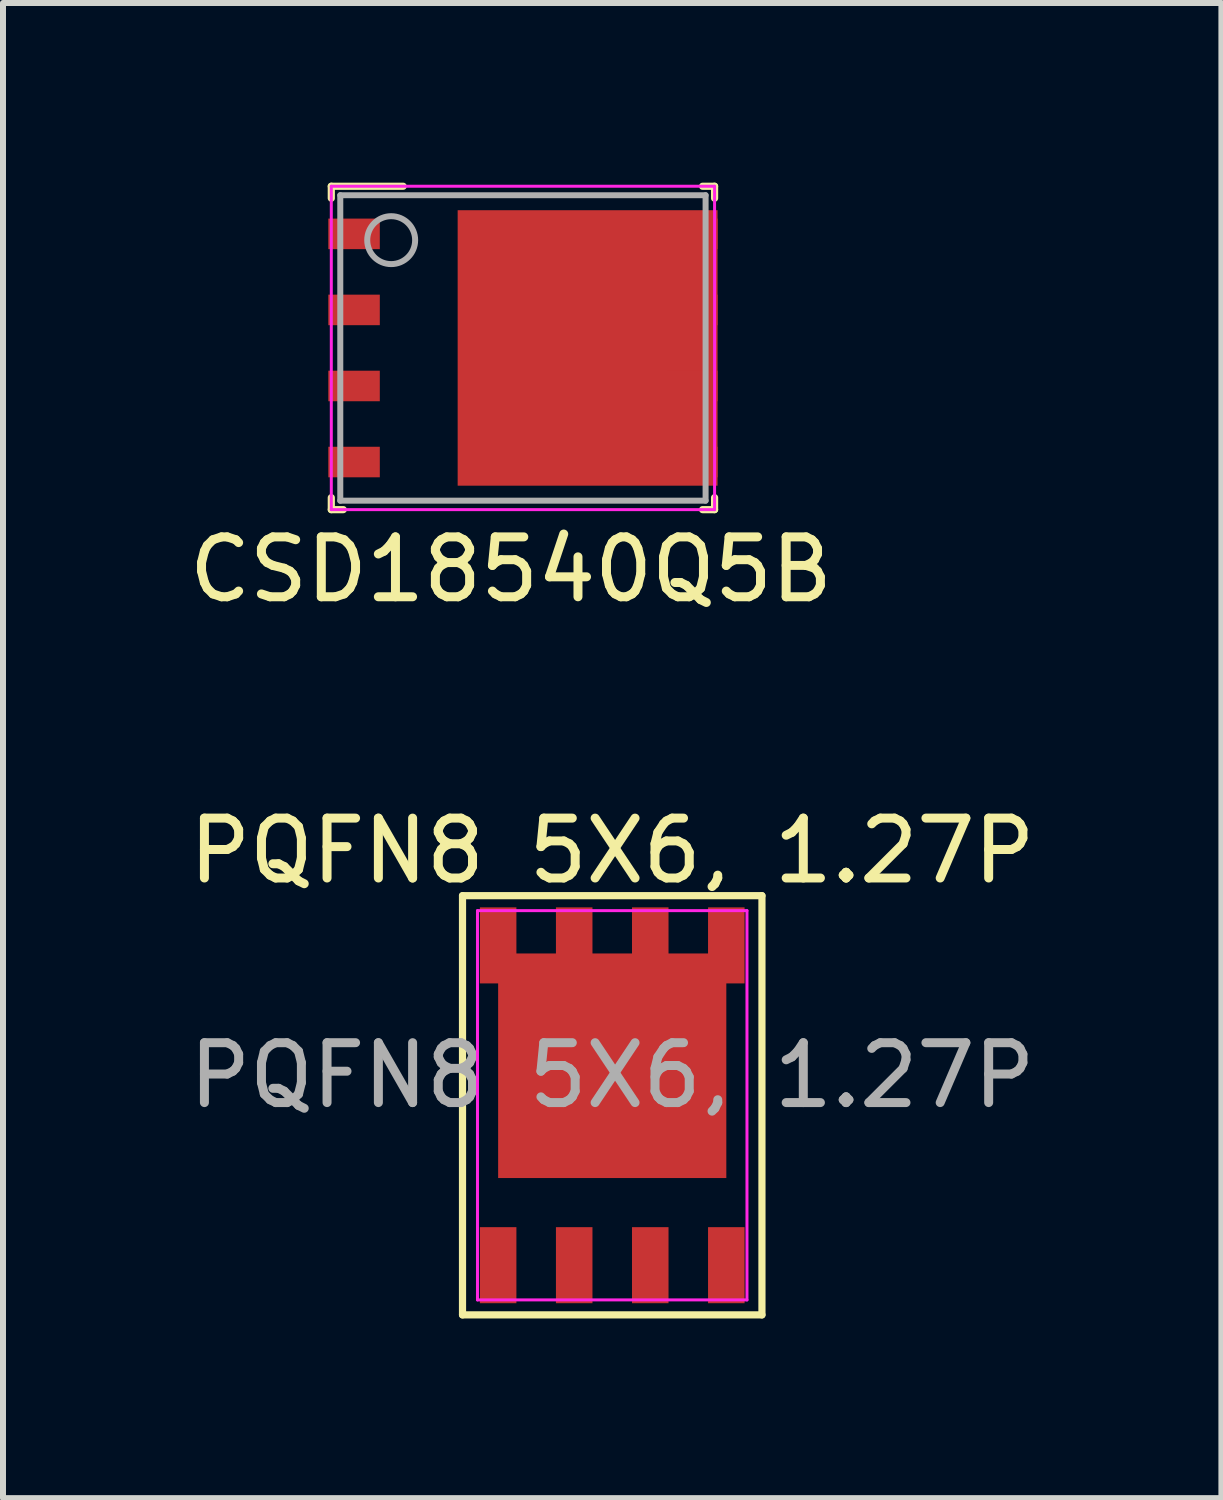
<source format=kicad_pcb>
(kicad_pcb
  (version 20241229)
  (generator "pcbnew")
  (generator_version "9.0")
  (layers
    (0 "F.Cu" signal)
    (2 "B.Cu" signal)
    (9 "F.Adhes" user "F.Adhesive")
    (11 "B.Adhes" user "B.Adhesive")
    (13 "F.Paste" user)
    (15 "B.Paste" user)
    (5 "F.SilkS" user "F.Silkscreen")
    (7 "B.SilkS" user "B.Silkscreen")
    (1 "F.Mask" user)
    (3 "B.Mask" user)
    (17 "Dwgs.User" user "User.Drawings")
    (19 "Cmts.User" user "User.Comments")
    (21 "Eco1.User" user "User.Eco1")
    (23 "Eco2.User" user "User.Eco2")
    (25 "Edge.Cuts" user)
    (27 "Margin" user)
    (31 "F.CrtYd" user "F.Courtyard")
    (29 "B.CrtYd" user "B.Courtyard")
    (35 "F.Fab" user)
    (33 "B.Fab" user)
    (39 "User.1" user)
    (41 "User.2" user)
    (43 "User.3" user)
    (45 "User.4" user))
  (footprint "PQFN8 5X6, 1.27P"
    (layer "F.Cu")
    (at 7.173 15.406)
    (property "Reference" "PQFN8 5X6, 1.27P" (at 0 -4.25 0) (unlocked yes) (layer "F.SilkS") (effects (font (size 1 1) (thickness 0.15))))
    (attr smd)
    (fp_line (start -2.5 -3.5) (end 2.5 -3.5) (stroke (width 0.12) (type solid)) (layer "F.SilkS"))
    (fp_line (start -2.5 3.5) (end -2.5 -3.5) (stroke (width 0.12) (type solid)) (layer "F.SilkS"))
    (fp_line (start 2.5 -3.5) (end 2.5 3.5) (stroke (width 0.12) (type solid)) (layer "F.SilkS"))
    (fp_line (start 2.5 3.5) (end -2.5 3.5) (stroke (width 0.12) (type solid)) (layer "F.SilkS"))
    (fp_line (start -2.25 -3.25) (end 2.25 -3.25) (stroke (width 0.05) (type solid)) (layer "F.CrtYd"))
    (fp_line (start -2.25 3.25) (end -2.25 -3.25) (stroke (width 0.05) (type solid)) (layer "F.CrtYd"))
    (fp_line (start 2.25 -3.25) (end 2.25 3.25) (stroke (width 0.05) (type solid)) (layer "F.CrtYd"))
    (fp_line (start 2.25 3.25) (end -2.25 3.25) (stroke (width 0.05) (type solid)) (layer "F.CrtYd"))
    (fp_text user "${REFERENCE}" (at 0 -0.5 0) (unlocked yes) (layer "F.Fab") (effects (font (size 1 1) (thickness 0.15))))
    (pad "1" smd rect (at -1.905 2.67 90) (size 1.27 0.61) (layers "F.Cu" "F.Mask" "F.Paste"))
    (pad "2" smd rect (at -0.635 2.67 90) (size 1.27 0.61) (layers "F.Cu" "F.Mask" "F.Paste"))
    (pad "3" smd rect (at 0.635 2.67 90) (size 1.27 0.61) (layers "F.Cu" "F.Mask" "F.Paste"))
    (pad "4" smd rect (at 1.905 2.67 90) (size 1.27 0.61) (layers "F.Cu" "F.Mask" "F.Paste"))
    (pad "5" smd rect (at 1.905 -2.67 90) (size 1.27 0.61) (layers "F.Cu" "F.Mask" "F.Paste"))
    (pad "6" smd rect (at 0.635 -2.67 90) (size 1.27 0.61) (layers "F.Cu" "F.Mask" "F.Paste"))
    (pad "7" smd rect (at -0.635 -2.67 90) (size 1.27 0.61) (layers "F.Cu" "F.Mask" "F.Paste"))
    (pad "8" smd rect (at -1.905 -2.67 90) (size 1.27 0.61) (layers "F.Cu" "F.Mask" "F.Paste"))
    (pad "9" smd rect (at 0 -0.66 90) (size 3.75 3.81) (layers "F.Cu" "F.Mask" "F.Paste")))
  (footprint "CSD18540Q5B"
    (layer "F.Cu")
    (at 5.682 2.76)
    (property "Reference" "CSD18540Q5B" (at -0.2 3.7 0) (layer "F.SilkS") (effects (font (size 1 1) (thickness 0.15))))
    (attr smd)
    (fp_line (start -3.2 -2.7) (end -2 -2.7) (stroke (width 0.12) (type solid)) (layer "F.SilkS"))
    (fp_line (start -3.2 -2.5) (end -3.2 -2.7) (stroke (width 0.12) (type solid)) (layer "F.SilkS"))
    (fp_line (start -3.2 2.7) (end -3.2 2.5) (stroke (width 0.12) (type solid)) (layer "F.SilkS"))
    (fp_line (start -3.2 2.7) (end -3 2.7) (stroke (width 0.12) (type solid)) (layer "F.SilkS"))
    (fp_line (start 3 -2.7) (end 3.2 -2.7) (stroke (width 0.12) (type solid)) (layer "F.SilkS"))
    (fp_line (start 3 2.7) (end 3.2 2.7) (stroke (width 0.12) (type solid)) (layer "F.SilkS"))
    (fp_line (start 3.2 -2.5) (end 3.2 -2.7) (stroke (width 0.12) (type solid)) (layer "F.SilkS"))
    (fp_line (start 3.2 2.7) (end 3.2 2.5) (stroke (width 0.12) (type solid)) (layer "F.SilkS"))
    (fp_poly (pts (xy -0.92 -0.886) (xy -0.92 -2.054) (xy -0.919 -2.064) (xy -0.916 -2.074) (xy -0.911 -2.082) (xy -0.905 -2.09) (xy -0.897 -2.096) (xy -0.889 -2.101) (xy -0.879 -2.104) (xy -0.869 -2.105) (xy 0.509 -2.105) (xy 0.519 -2.104) (xy 0.529 -2.101) (xy 0.537 -2.096) (xy 0.545 -2.09) (xy 0.551 -2.082) (xy 0.556 -2.074) (xy 0.559 -2.064) (xy 0.56 -2.054) (xy 0.56 -0.886) (xy 0.559 -0.876) (xy 0.556 -0.866) (xy 0.551 -0.858) (xy 0.545 -0.85) (xy 0.537 -0.844) (xy 0.529 -0.839) (xy 0.519 -0.836) (xy 0.509 -0.835) (xy -0.869 -0.835) (xy -0.879 -0.836) (xy -0.889 -0.839) (xy -0.897 -0.844) (xy -0.905 -0.85) (xy -0.911 -0.858) (xy -0.916 -0.866) (xy -0.919 -0.876)) (stroke (width 0.1) (type solid)) (fill yes) (layer "F.Paste"))
    (fp_poly (pts (xy -0.92 0.584) (xy -0.92 -0.584) (xy -0.919 -0.594) (xy -0.916 -0.604) (xy -0.911 -0.612) (xy -0.905 -0.62) (xy -0.897 -0.626) (xy -0.889 -0.631) (xy -0.879 -0.634) (xy -0.869 -0.635) (xy 0.509 -0.635) (xy 0.519 -0.634) (xy 0.529 -0.631) (xy 0.537 -0.626) (xy 0.545 -0.62) (xy 0.551 -0.612) (xy 0.556 -0.604) (xy 0.559 -0.594) (xy 0.56 -0.584) (xy 0.56 0.584) (xy 0.559 0.594) (xy 0.556 0.604) (xy 0.551 0.612) (xy 0.545 0.62) (xy 0.537 0.626) (xy 0.529 0.631) (xy 0.519 0.634) (xy 0.509 0.635) (xy -0.869 0.635) (xy -0.879 0.634) (xy -0.889 0.631) (xy -0.897 0.626) (xy -0.905 0.62) (xy -0.911 0.612) (xy -0.916 0.604) (xy -0.919 0.594)) (stroke (width 0.1) (type solid)) (fill yes) (layer "F.Paste"))
    (fp_poly (pts (xy -0.92 2.054) (xy -0.92 0.886) (xy -0.919 0.876) (xy -0.916 0.866) (xy -0.911 0.858) (xy -0.905 0.85) (xy -0.897 0.844) (xy -0.889 0.839) (xy -0.879 0.836) (xy -0.869 0.835) (xy 0.509 0.835) (xy 0.519 0.836) (xy 0.529 0.839) (xy 0.537 0.844) (xy 0.545 0.85) (xy 0.551 0.858) (xy 0.556 0.866) (xy 0.559 0.876) (xy 0.56 0.886) (xy 0.56 2.054) (xy 0.559 2.064) (xy 0.556 2.074) (xy 0.551 2.082) (xy 0.545 2.09) (xy 0.537 2.096) (xy 0.529 2.101) (xy 0.519 2.104) (xy 0.509 2.105) (xy -0.869 2.105) (xy -0.879 2.104) (xy -0.889 2.101) (xy -0.897 2.096) (xy -0.905 2.09) (xy -0.911 2.082) (xy -0.916 2.074) (xy -0.919 2.064)) (stroke (width 0.1) (type solid)) (fill yes) (layer "F.Paste"))
    (fp_poly (pts (xy 0.76 -0.886) (xy 0.76 -2.054) (xy 0.761 -2.064) (xy 0.764 -2.074) (xy 0.769 -2.082) (xy 0.775 -2.09) (xy 0.783 -2.096) (xy 0.791 -2.101) (xy 0.801 -2.104) (xy 0.811 -2.105) (xy 2.189 -2.105) (xy 2.199 -2.104) (xy 2.209 -2.101) (xy 2.217 -2.096) (xy 2.225 -2.09) (xy 2.231 -2.082) (xy 2.236 -2.074) (xy 2.239 -2.064) (xy 2.24 -2.054) (xy 2.24 -0.886) (xy 2.239 -0.876) (xy 2.236 -0.866) (xy 2.231 -0.858) (xy 2.225 -0.85) (xy 2.217 -0.844) (xy 2.209 -0.839) (xy 2.199 -0.836) (xy 2.189 -0.835) (xy 0.811 -0.835) (xy 0.801 -0.836) (xy 0.791 -0.839) (xy 0.783 -0.844) (xy 0.775 -0.85) (xy 0.769 -0.858) (xy 0.764 -0.866) (xy 0.761 -0.876)) (stroke (width 0.1) (type solid)) (fill yes) (layer "F.Paste"))
    (fp_poly (pts (xy 0.76 0.584) (xy 0.76 -0.584) (xy 0.761 -0.594) (xy 0.764 -0.604) (xy 0.769 -0.612) (xy 0.775 -0.62) (xy 0.783 -0.626) (xy 0.791 -0.631) (xy 0.801 -0.634) (xy 0.811 -0.635) (xy 2.189 -0.635) (xy 2.199 -0.634) (xy 2.209 -0.631) (xy 2.217 -0.626) (xy 2.225 -0.62) (xy 2.231 -0.612) (xy 2.236 -0.604) (xy 2.239 -0.594) (xy 2.24 -0.584) (xy 2.24 0.584) (xy 2.239 0.594) (xy 2.236 0.604) (xy 2.231 0.612) (xy 2.225 0.62) (xy 2.217 0.626) (xy 2.209 0.631) (xy 2.199 0.634) (xy 2.189 0.635) (xy 0.811 0.635) (xy 0.801 0.634) (xy 0.791 0.631) (xy 0.783 0.626) (xy 0.775 0.62) (xy 0.769 0.612) (xy 0.764 0.604) (xy 0.761 0.594)) (stroke (width 0.1) (type solid)) (fill yes) (layer "F.Paste"))
    (fp_poly (pts (xy 0.76 2.054) (xy 0.76 0.886) (xy 0.761 0.876) (xy 0.764 0.866) (xy 0.769 0.858) (xy 0.775 0.85) (xy 0.783 0.844) (xy 0.791 0.839) (xy 0.801 0.836) (xy 0.811 0.835) (xy 2.189 0.835) (xy 2.199 0.836) (xy 2.209 0.839) (xy 2.217 0.844) (xy 2.225 0.85) (xy 2.231 0.858) (xy 2.236 0.866) (xy 2.239 0.876) (xy 2.24 0.886) (xy 2.24 2.054) (xy 2.239 2.064) (xy 2.236 2.074) (xy 2.231 2.082) (xy 2.225 2.09) (xy 2.217 2.096) (xy 2.209 2.101) (xy 2.199 2.104) (xy 2.189 2.105) (xy 0.811 2.105) (xy 0.801 2.104) (xy 0.791 2.101) (xy 0.783 2.096) (xy 0.775 2.09) (xy 0.769 2.082) (xy 0.764 2.074) (xy 0.761 2.064)) (stroke (width 0.1) (type solid)) (fill yes) (layer "F.Paste"))
    (fp_line (start -3.2 -2.7) (end -3.2 2.7) (stroke (width 0.05) (type solid)) (layer "F.CrtYd"))
    (fp_line (start -3.2 2.7) (end 3.2 2.7) (stroke (width 0.05) (type solid)) (layer "F.CrtYd"))
    (fp_line (start 3.2 -2.7) (end -3.2 -2.7) (stroke (width 0.05) (type solid)) (layer "F.CrtYd"))
    (fp_line (start 3.2 2.7) (end 3.2 -2.7) (stroke (width 0.05) (type solid)) (layer "F.CrtYd"))
    (fp_line (start -3.05 -2.55) (end 3.05 -2.55) (stroke (width 0.1) (type solid)) (layer "F.Fab"))
    (fp_line (start -3.05 2.55) (end -3.05 -2.55) (stroke (width 0.1) (type solid)) (layer "F.Fab"))
    (fp_line (start -3.05 2.55) (end 3.05 2.55) (stroke (width 0.1) (type solid)) (layer "F.Fab"))
    (fp_line (start 3.05 2.55) (end 3.05 -2.55) (stroke (width 0.1) (type solid)) (layer "F.Fab"))
    (fp_circle (center -2.2 -1.8) (end -1.8 -1.8) (stroke (width 0.1) (type solid)) (fill no) (layer "F.Fab"))
    (pad "1" smd rect (at -2.82 -1.905) (size 0.86 0.51) (layers "F.Cu" "F.Mask" "F.Paste"))
    (pad "1" smd rect (at -2.82 -0.635) (size 0.86 0.51) (layers "F.Cu" "F.Mask" "F.Paste"))
    (pad "1" smd rect (at -2.82 0.635) (size 0.86 0.51) (layers "F.Cu" "F.Mask" "F.Paste"))
    (pad "2" smd rect (at -2.82 1.905) (size 0.86 0.51) (layers "F.Cu" "F.Mask" "F.Paste"))
    (pad "3" smd rect (at 1.08 0) (size 4.34 4.6) (layers "F.Cu" "F.Mask"))
    (pad "3" smd rect (at 2.82 -1.905) (size 0.86 0.51) (layers "F.Cu" "F.Mask" "F.Paste"))
    (pad "3" smd rect (at 2.82 -0.635) (size 0.86 0.51) (layers "F.Cu" "F.Mask" "F.Paste"))
    (pad "3" smd rect (at 2.82 0.635) (size 0.86 0.51) (layers "F.Cu" "F.Mask" "F.Paste"))
    (pad "3" smd rect (at 2.82 1.905) (size 0.86 0.51) (layers "F.Cu" "F.Mask" "F.Paste")))
  (gr_rect
    (start -3 -3)
    (end 17.345 21.966)
    (stroke (width 0.1) (type default))
    (fill no)
    (layer "Edge.Cuts")))
</source>
